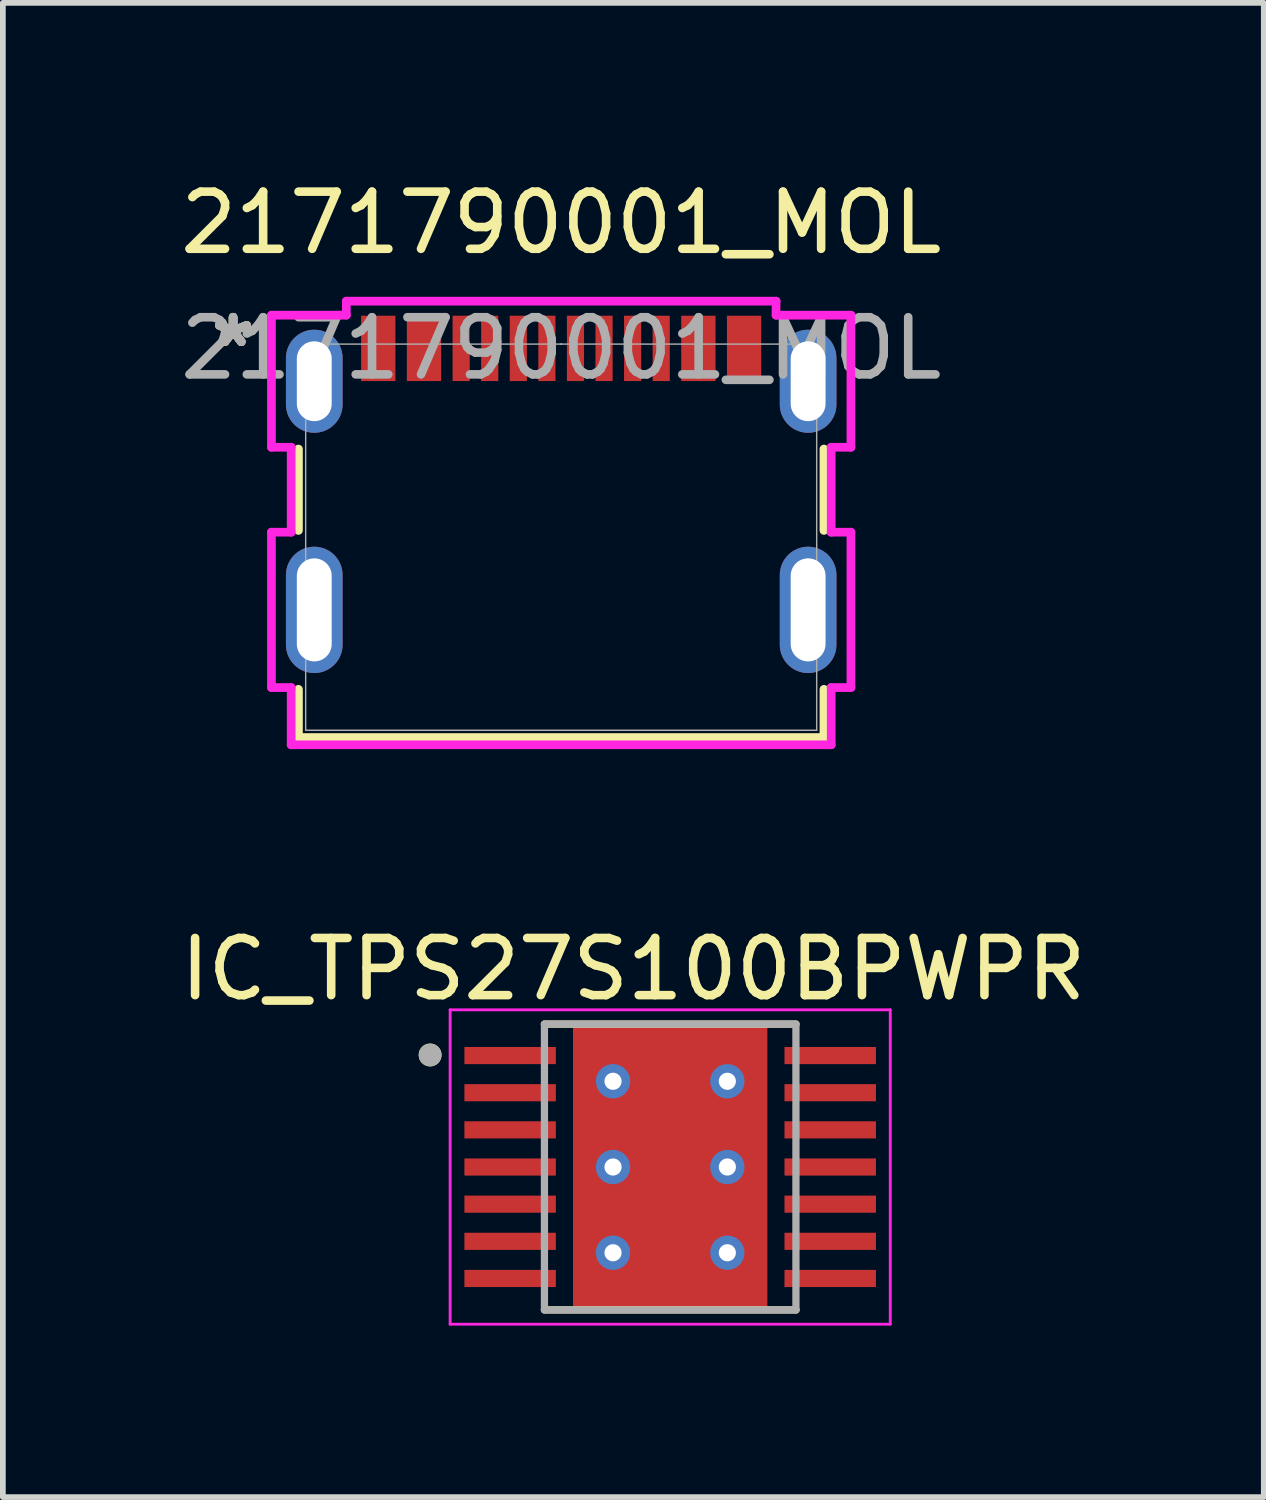
<source format=kicad_pcb>
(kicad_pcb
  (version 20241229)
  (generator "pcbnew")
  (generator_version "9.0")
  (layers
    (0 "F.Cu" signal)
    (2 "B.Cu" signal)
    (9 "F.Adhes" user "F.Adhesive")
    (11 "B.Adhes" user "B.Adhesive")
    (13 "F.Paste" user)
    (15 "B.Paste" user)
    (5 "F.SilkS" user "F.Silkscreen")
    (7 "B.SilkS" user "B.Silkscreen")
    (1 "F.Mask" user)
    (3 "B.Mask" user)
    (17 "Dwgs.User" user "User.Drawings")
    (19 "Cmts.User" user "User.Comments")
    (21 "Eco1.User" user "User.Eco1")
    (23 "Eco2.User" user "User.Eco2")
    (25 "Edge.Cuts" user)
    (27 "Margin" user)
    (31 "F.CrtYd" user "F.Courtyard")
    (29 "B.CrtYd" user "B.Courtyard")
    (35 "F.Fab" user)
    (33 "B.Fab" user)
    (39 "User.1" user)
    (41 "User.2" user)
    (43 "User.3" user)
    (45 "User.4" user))
  (footprint "IC_TPS27S100BPWPR"
    (layer "F.Cu")
    (at 8.675 17.367)
    (property "Reference" "IC_TPS27S100BPWPR" (at -0.645 -3.462 0) (layer "F.SilkS") (effects (font (size 1 1) (thickness 0.15))))
    (attr smd)
    (fp_poly (pts (xy -1.23 -1.155) (xy 1.23 -1.155) (xy 1.23 1.155) (xy -1.23 1.155)) (stroke (width 0.01) (type solid)) (fill yes) (layer "F.Mask"))
    (fp_line (start -2.2 -2.5) (end 2.2 -2.5) (stroke (width 0.127) (type solid)) (layer "F.SilkS"))
    (fp_line (start -2.2 2.5) (end 2.2 2.5) (stroke (width 0.127) (type solid)) (layer "F.SilkS"))
    (fp_circle (center -4.2 -1.96) (end -4.1 -1.96) (stroke (width 0.2) (type solid)) (fill no) (layer "F.SilkS"))
    (fp_poly (pts (xy -3.575 -2.075) (xy -2.025 -2.075) (xy -2.025 -1.825) (xy -3.575 -1.825)) (stroke (width 0.01) (type solid)) (fill yes) (layer "F.Paste"))
    (fp_poly (pts (xy -3.575 -1.425) (xy -2.025 -1.425) (xy -2.025 -1.175) (xy -3.575 -1.175)) (stroke (width 0.01) (type solid)) (fill yes) (layer "F.Paste"))
    (fp_poly (pts (xy -3.575 -0.775) (xy -2.025 -0.775) (xy -2.025 -0.525) (xy -3.575 -0.525)) (stroke (width 0.01) (type solid)) (fill yes) (layer "F.Paste"))
    (fp_poly (pts (xy -3.575 -0.125) (xy -2.025 -0.125) (xy -2.025 0.125) (xy -3.575 0.125)) (stroke (width 0.01) (type solid)) (fill yes) (layer "F.Paste"))
    (fp_poly (pts (xy -3.575 0.525) (xy -2.025 0.525) (xy -2.025 0.775) (xy -3.575 0.775)) (stroke (width 0.01) (type solid)) (fill yes) (layer "F.Paste"))
    (fp_poly (pts (xy -3.575 1.175) (xy -2.025 1.175) (xy -2.025 1.425) (xy -3.575 1.425)) (stroke (width 0.01) (type solid)) (fill yes) (layer "F.Paste"))
    (fp_poly (pts (xy -3.575 1.825) (xy -2.025 1.825) (xy -2.025 2.075) (xy -3.575 2.075)) (stroke (width 0.01) (type solid)) (fill yes) (layer "F.Paste"))
    (fp_poly (pts (xy -1.23 -1.155) (xy 1.23 -1.155) (xy 1.23 1.155) (xy -1.23 1.155)) (stroke (width 0.01) (type solid)) (fill yes) (layer "F.Paste"))
    (fp_poly (pts (xy 2.025 -2.075) (xy 3.575 -2.075) (xy 3.575 -1.825) (xy 2.025 -1.825)) (stroke (width 0.01) (type solid)) (fill yes) (layer "F.Paste"))
    (fp_poly (pts (xy 2.025 -1.425) (xy 3.575 -1.425) (xy 3.575 -1.175) (xy 2.025 -1.175)) (stroke (width 0.01) (type solid)) (fill yes) (layer "F.Paste"))
    (fp_poly (pts (xy 2.025 -0.775) (xy 3.575 -0.775) (xy 3.575 -0.525) (xy 2.025 -0.525)) (stroke (width 0.01) (type solid)) (fill yes) (layer "F.Paste"))
    (fp_poly (pts (xy 2.025 -0.125) (xy 3.575 -0.125) (xy 3.575 0.125) (xy 2.025 0.125)) (stroke (width 0.01) (type solid)) (fill yes) (layer "F.Paste"))
    (fp_poly (pts (xy 2.025 0.525) (xy 3.575 0.525) (xy 3.575 0.775) (xy 2.025 0.775)) (stroke (width 0.01) (type solid)) (fill yes) (layer "F.Paste"))
    (fp_poly (pts (xy 2.025 1.175) (xy 3.575 1.175) (xy 3.575 1.425) (xy 2.025 1.425)) (stroke (width 0.01) (type solid)) (fill yes) (layer "F.Paste"))
    (fp_poly (pts (xy 2.025 1.825) (xy 3.575 1.825) (xy 3.575 2.075) (xy 2.025 2.075)) (stroke (width 0.01) (type solid)) (fill yes) (layer "F.Paste"))
    (fp_line (start -3.85 -2.75) (end -3.85 2.75) (stroke (width 0.05) (type solid)) (layer "F.CrtYd"))
    (fp_line (start -3.85 -2.75) (end 3.85 -2.75) (stroke (width 0.05) (type solid)) (layer "F.CrtYd"))
    (fp_line (start -3.85 2.75) (end 3.85 2.75) (stroke (width 0.05) (type solid)) (layer "F.CrtYd"))
    (fp_line (start 3.85 -2.75) (end 3.85 2.75) (stroke (width 0.05) (type solid)) (layer "F.CrtYd"))
    (fp_line (start -2.2 -2.5) (end -2.2 2.5) (stroke (width 0.127) (type solid)) (layer "F.Fab"))
    (fp_line (start -2.2 -2.5) (end 2.2 -2.5) (stroke (width 0.127) (type solid)) (layer "F.Fab"))
    (fp_line (start -2.2 2.5) (end 2.2 2.5) (stroke (width 0.127) (type solid)) (layer "F.Fab"))
    (fp_line (start 2.2 -2.5) (end 2.2 2.5) (stroke (width 0.127) (type solid)) (layer "F.Fab"))
    (fp_circle (center -4.2 -1.96) (end -4.1 -1.96) (stroke (width 0.2) (type solid)) (fill no) (layer "F.Fab"))
    (pad "1" smd rect (at -2.8 -1.95) (size 1.6 0.3) (layers "F.Cu" "F.Mask"))
    (pad "2" smd rect (at -2.8 -1.3) (size 1.6 0.3) (layers "F.Cu" "F.Mask"))
    (pad "3" smd rect (at -2.8 -0.65) (size 1.6 0.3) (layers "F.Cu" "F.Mask"))
    (pad "4" smd rect (at -2.8 0) (size 1.6 0.3) (layers "F.Cu" "F.Mask"))
    (pad "5" smd rect (at -2.8 0.65) (size 1.6 0.3) (layers "F.Cu" "F.Mask"))
    (pad "6" smd rect (at -2.8 1.3) (size 1.6 0.3) (layers "F.Cu" "F.Mask"))
    (pad "7" smd rect (at -2.8 1.95) (size 1.6 0.3) (layers "F.Cu" "F.Mask"))
    (pad "8" smd rect (at 2.8 1.95) (size 1.6 0.3) (layers "F.Cu" "F.Mask"))
    (pad "9" smd rect (at 2.8 1.3) (size 1.6 0.3) (layers "F.Cu" "F.Mask"))
    (pad "10" smd rect (at 2.8 0.65) (size 1.6 0.3) (layers "F.Cu" "F.Mask"))
    (pad "11" smd rect (at 2.8 0) (size 1.6 0.3) (layers "F.Cu" "F.Mask"))
    (pad "12" smd rect (at 2.8 -0.65) (size 1.6 0.3) (layers "F.Cu" "F.Mask"))
    (pad "13" smd rect (at 2.8 -1.3) (size 1.6 0.3) (layers "F.Cu" "F.Mask"))
    (pad "14" smd rect (at 2.8 -1.95) (size 1.6 0.3) (layers "F.Cu" "F.Mask"))
    (pad "15" thru_hole circle (at -1 -1.5) (size 0.6 0.6) (drill 0.3) (layers "*.Cu"))
    (pad "15" thru_hole circle (at -1 0) (size 0.6 0.6) (drill 0.3) (layers "*.Cu"))
    (pad "15" thru_hole circle (at -1 1.5) (size 0.6 0.6) (drill 0.3) (layers "*.Cu"))
    (pad "15" smd rect (at 0 0) (size 3.4 5) (layers "F.Cu"))
    (pad "15" thru_hole circle (at 1 -1.5) (size 0.6 0.6) (drill 0.3) (layers "*.Cu"))
    (pad "15" thru_hole circle (at 1 0) (size 0.6 0.6) (drill 0.3) (layers "*.Cu"))
    (pad "15" thru_hole circle (at 1 1.5) (size 0.6 0.6) (drill 0.3) (layers "*.Cu")))
  (footprint "2171790001_MOL"
    (layer "F.Cu")
    (at 6.768 6.348)
    (property "Reference" "2171790001_MOL" (at 0 -5.5 0) (unlocked yes) (layer "F.SilkS") (effects (font (size 1 1) (thickness 0.15))))
    (attr smd)
    (fp_line (start -4.597 -1.542) (end -4.597 -0.118) (stroke (width 0.152) (type solid)) (layer "F.SilkS"))
    (fp_line (start -4.597 2.662) (end -4.597 3.505) (stroke (width 0.152) (type solid)) (layer "F.SilkS"))
    (fp_line (start -4.597 3.505) (end 4.597 3.505) (stroke (width 0.152) (type solid)) (layer "F.SilkS"))
    (fp_line (start 4.597 -0.118) (end 4.597 -1.542) (stroke (width 0.152) (type solid)) (layer "F.SilkS"))
    (fp_line (start 4.597 3.505) (end 4.597 2.662) (stroke (width 0.152) (type solid)) (layer "F.SilkS"))
    (fp_line (start -5.069 -3.884) (end -5.069 -1.573) (stroke (width 0.152) (type solid)) (layer "F.CrtYd"))
    (fp_line (start -5.069 -1.573) (end -4.724 -1.573) (stroke (width 0.152) (type solid)) (layer "F.CrtYd"))
    (fp_line (start -5.069 -0.087) (end -5.069 2.631) (stroke (width 0.152) (type solid)) (layer "F.CrtYd"))
    (fp_line (start -5.069 2.631) (end -4.724 2.631) (stroke (width 0.152) (type solid)) (layer "F.CrtYd"))
    (fp_line (start -4.724 -1.573) (end -4.724 -0.087) (stroke (width 0.152) (type solid)) (layer "F.CrtYd"))
    (fp_line (start -4.724 -0.087) (end -5.069 -0.087) (stroke (width 0.152) (type solid)) (layer "F.CrtYd"))
    (fp_line (start -4.724 2.631) (end -4.724 3.632) (stroke (width 0.152) (type solid)) (layer "F.CrtYd"))
    (fp_line (start -4.724 3.632) (end 4.724 3.632) (stroke (width 0.152) (type solid)) (layer "F.CrtYd"))
    (fp_line (start -3.759 -4.129) (end -3.759 -3.884) (stroke (width 0.152) (type solid)) (layer "F.CrtYd"))
    (fp_line (start -3.759 -3.884) (end -5.069 -3.884) (stroke (width 0.152) (type solid)) (layer "F.CrtYd"))
    (fp_line (start 3.759 -4.129) (end -3.759 -4.129) (stroke (width 0.152) (type solid)) (layer "F.CrtYd"))
    (fp_line (start 3.759 -3.884) (end 3.759 -4.129) (stroke (width 0.152) (type solid)) (layer "F.CrtYd"))
    (fp_line (start 4.724 -1.573) (end 5.069 -1.573) (stroke (width 0.152) (type solid)) (layer "F.CrtYd"))
    (fp_line (start 4.724 -0.087) (end 4.724 -1.573) (stroke (width 0.152) (type solid)) (layer "F.CrtYd"))
    (fp_line (start 4.724 2.631) (end 5.069 2.631) (stroke (width 0.152) (type solid)) (layer "F.CrtYd"))
    (fp_line (start 4.724 3.632) (end 4.724 2.631) (stroke (width 0.152) (type solid)) (layer "F.CrtYd"))
    (fp_line (start 5.069 -3.884) (end 3.759 -3.884) (stroke (width 0.152) (type solid)) (layer "F.CrtYd"))
    (fp_line (start 5.069 -1.573) (end 5.069 -3.884) (stroke (width 0.152) (type solid)) (layer "F.CrtYd"))
    (fp_line (start 5.069 -0.087) (end 4.724 -0.087) (stroke (width 0.152) (type solid)) (layer "F.CrtYd"))
    (fp_line (start 5.069 2.631) (end 5.069 -0.087) (stroke (width 0.152) (type solid)) (layer "F.CrtYd"))
    (fp_line (start -4.47 -3.378) (end -4.47 3.378) (stroke (width 0.025) (type solid)) (layer "F.Fab"))
    (fp_line (start -4.47 3.378) (end 4.47 3.378) (stroke (width 0.025) (type solid)) (layer "F.Fab"))
    (fp_line (start 0 -3.378) (end 0 -3.378) (stroke (width 0.025) (type solid)) (layer "F.Fab"))
    (fp_line (start 0 -3.378) (end 0 -3.378) (stroke (width 0.025) (type solid)) (layer "F.Fab"))
    (fp_line (start 0 -3.378) (end 0 -3.378) (stroke (width 0.025) (type solid)) (layer "F.Fab"))
    (fp_line (start 0 -3.378) (end 0 -3.378) (stroke (width 0.025) (type solid)) (layer "F.Fab"))
    (fp_line (start 4.47 -3.378) (end -4.47 -3.378) (stroke (width 0.025) (type solid)) (layer "F.Fab"))
    (fp_line (start 4.47 3.378) (end 4.47 -3.378) (stroke (width 0.025) (type solid)) (layer "F.Fab"))
    (fp_text user "*" (at -5.74 -3.303 0) (layer "F.SilkS") (effects (font (size 1 1) (thickness 0.15))))
    (fp_text user "*" (at -5.74 -3.303 0) (unlocked yes) (layer "F.SilkS") (effects (font (size 1 1) (thickness 0.15))))
    (fp_text user "*" (at -5.74 -3.303 0) (unlocked yes) (layer "F.Fab") (effects (font (size 1 1) (thickness 0.15))))
    (fp_text user "*" (at -5.74 -3.303 0) (layer "F.Fab") (effects (font (size 1 1) (thickness 0.15))))
    (fp_text user "${REFERENCE}" (at 0 -3.303 0) (unlocked yes) (layer "F.Fab") (effects (font (size 1 1) (thickness 0.15))))
    (pad "" np_thru_hole oval (at -4.32 -2.728) (size 0.991 1.803) (drill oval 0.61 1.397) (layers "*.Cu" "*.Mask"))
    (pad "" np_thru_hole oval (at -4.32 1.272) (size 0.991 2.21) (drill oval 0.61 1.803) (layers "*.Cu" "*.Mask"))
    (pad "" np_thru_hole oval (at 4.32 -2.728) (size 0.991 1.803) (drill oval 0.61 1.397) (layers "*.Cu" "*.Mask"))
    (pad "" np_thru_hole oval (at 4.32 1.272) (size 0.991 2.21) (drill oval 0.61 1.803) (layers "*.Cu" "*.Mask"))
    (pad "A1/B12" smd rect (at -3.2 -3.303) (size 0.6 1.143) (layers "F.Cu" "F.Mask" "F.Paste"))
    (pad "A4/B9" smd rect (at -2.4 -3.303) (size 0.6 1.143) (layers "F.Cu" "F.Mask" "F.Paste"))
    (pad "A5" smd rect (at -1.25 -3.303) (size 0.3 1.143) (layers "F.Cu" "F.Mask" "F.Paste"))
    (pad "A6" smd rect (at -0.25 -3.303) (size 0.3 1.143) (layers "F.Cu" "F.Mask" "F.Paste"))
    (pad "A7" smd rect (at 0.25 -3.303) (size 0.3 1.143) (layers "F.Cu" "F.Mask" "F.Paste"))
    (pad "A8" smd rect (at 1.25 -3.303) (size 0.3 1.143) (layers "F.Cu" "F.Mask" "F.Paste"))
    (pad "B1/A12" smd rect (at 3.2 -3.303) (size 0.6 1.143) (layers "F.Cu" "F.Mask" "F.Paste"))
    (pad "B4/A9" smd rect (at 2.4 -3.303) (size 0.6 1.143) (layers "F.Cu" "F.Mask" "F.Paste"))
    (pad "B5" smd rect (at 1.75 -3.303) (size 0.3 1.143) (layers "F.Cu" "F.Mask" "F.Paste"))
    (pad "B6" smd rect (at 0.75 -3.303) (size 0.3 1.143) (layers "F.Cu" "F.Mask" "F.Paste"))
    (pad "B7" smd rect (at -0.75 -3.303) (size 0.3 1.143) (layers "F.Cu" "F.Mask" "F.Paste"))
    (pad "B8" smd rect (at -1.75 -3.303) (size 0.3 1.143) (layers "F.Cu" "F.Mask" "F.Paste")))
  (gr_rect
    (start -3 -3)
    (end 19.06 23.142)
    (stroke (width 0.1) (type default))
    (fill no)
    (layer "Edge.Cuts")))
</source>
